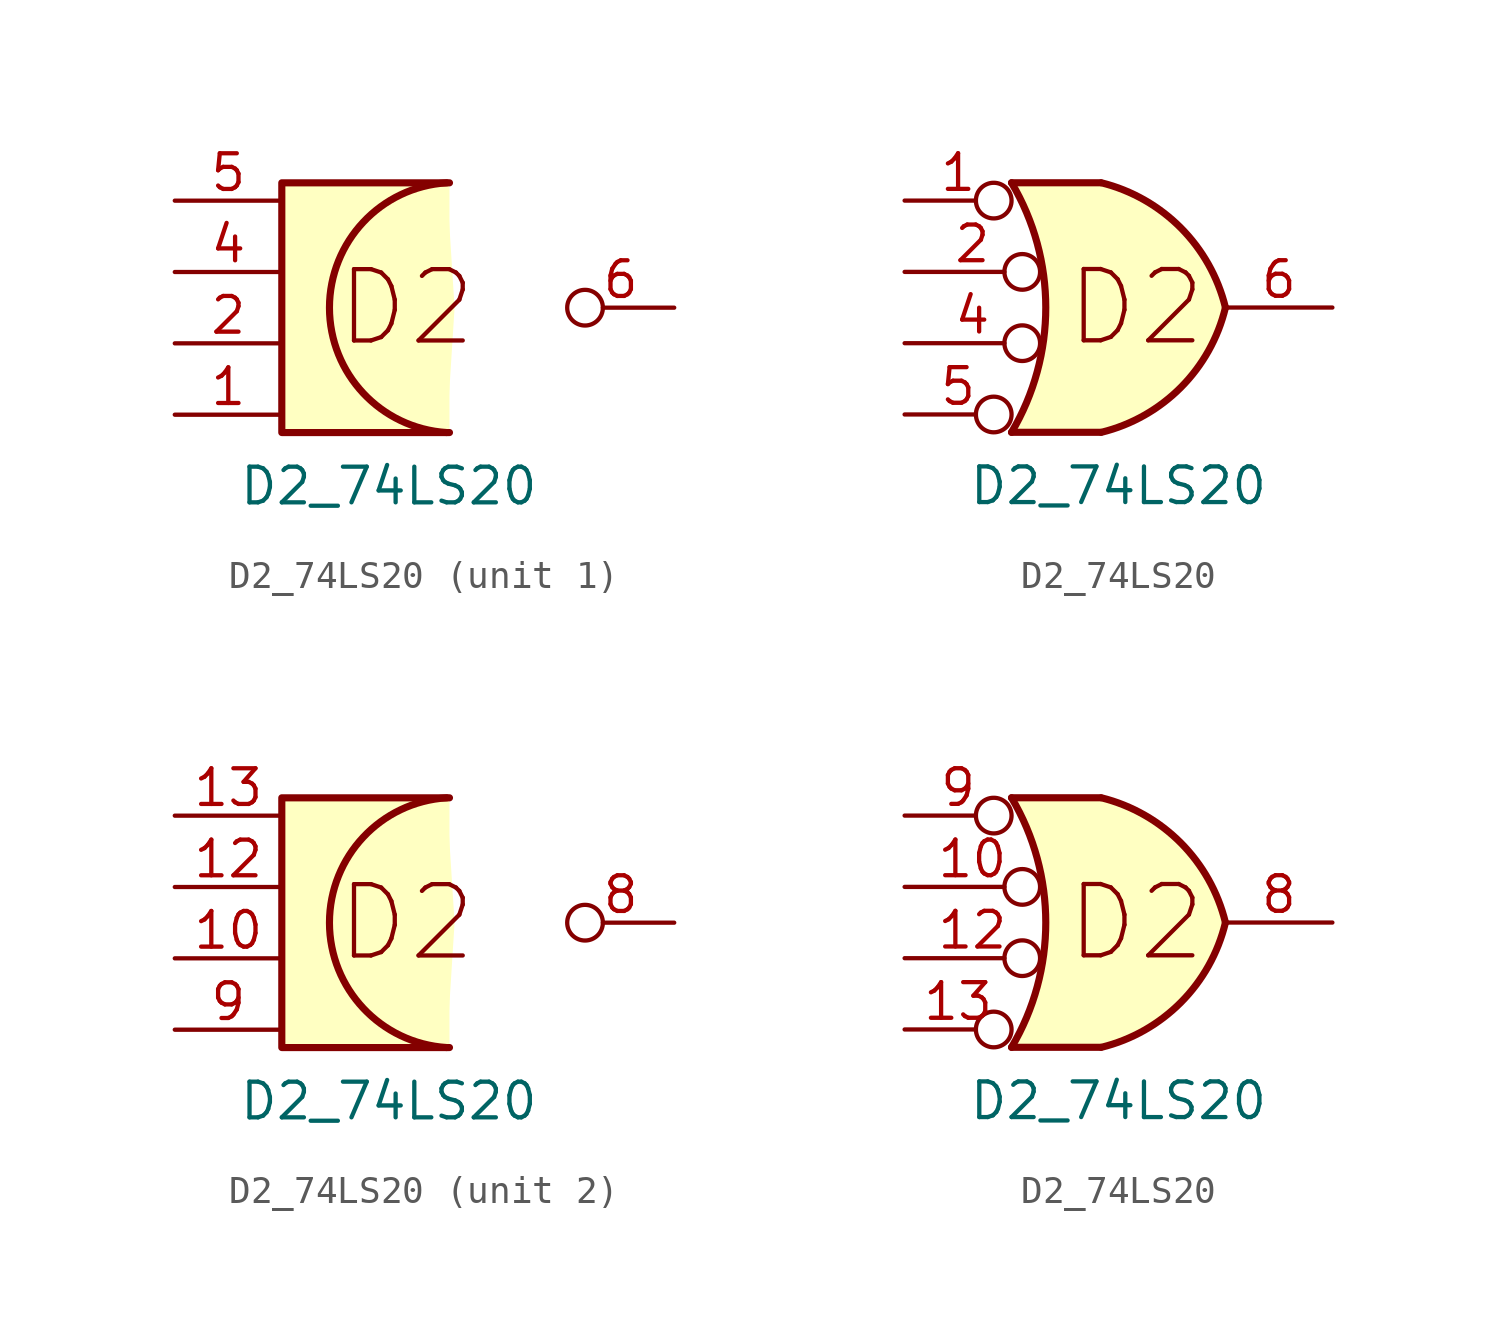
<source format=kicad_sym>
(kicad_symbol_lib
  (version 20211014)
  (generator kicad_symbol_editor)
  (symbol "D2_74LS20"
    (pin_names
      (offset 1.016))
    (property "Reference" "U"
      (at -16.51 12.7 0)
      (effects (font (size 1.27 1.27)) hide))
    (property "Value" "D2_74LS20"
      (at 0 -6.35 0)
      (effects (font (size 1.27 1.27))))
    (symbol "D2_74LS20_0_0"
      (text "D2" (at 0.635 0 0) (effects (font (size 2.54 2.54)))))
    (symbol "D2_74LS20_0_1"
      (polyline (pts (xy 2.159 4.445) (xy -3.81 4.445) (xy -3.81 -4.445) (xy 2.159 -4.445)) (stroke (width 0.254) (type default) (color 0 0 0 0)) (fill (type background)))
      (arc (start 2.0594 4.445) (mid -2.6759 0) (end 2.0594 -4.445) (stroke (width 0.254) (type default) (color 0 0 0 0)) (fill (type background))))
    (symbol "D2_74LS20_1_1"
      (pin input line (at -7.62 -3.81 0) (length 3.81) (name "~" (effects (font (size 1.27 1.27)))) (number "1" (effects (font (size 1.27 1.27)))))
      (pin input line (at -7.62 -1.27 0) (length 3.81) (name "~" (effects (font (size 1.27 1.27)))) (number "2" (effects (font (size 1.27 1.27)))))
      (pin input line (at -7.62 1.27 0) (length 3.81) (name "~" (effects (font (size 1.27 1.27)))) (number "4" (effects (font (size 1.27 1.27)))))
      (pin input line (at -7.62 3.81 0) (length 3.81) (name "~" (effects (font (size 1.27 1.27)))) (number "5" (effects (font (size 1.27 1.27)))))
      (pin output inverted (at 10.16 0 180) (length 3.81) (name "~" (effects (font (size 1.27 1.27)))) (number "6" (effects (font (size 1.27 1.27))))))
    (symbol "D2_74LS20_1_2"
      (arc (start -3.81 -4.445) (mid -2.5908 0) (end -3.81 4.445) (stroke (width 0.254) (type default) (color 0 0 0 0)) (fill (type none)))
      (arc (start -0.6096 -4.445) (mid 2.2246 -2.8422) (end 3.81 0) (stroke (width 0.254) (type default) (color 0 0 0 0)) (fill (type background)))
      (polyline (pts (xy -3.81 -4.445) (xy -0.635 -4.445)) (stroke (width 0.254) (type default) (color 0 0 0 0)) (fill (type background)))
      (polyline (pts (xy -3.81 4.445) (xy -0.635 4.445)) (stroke (width 0.254) (type default) (color 0 0 0 0)) (fill (type background)))
      (polyline (pts (xy -0.635 4.445) (xy -3.81 4.445) (xy -3.81 4.445) (xy -3.632 4.089) (xy -3.099 2.921) (xy -2.769 1.676) (xy -2.616 0.432) (xy -2.642 -0.864) (xy -2.87 -2.108) (xy -3.251 -3.327) (xy -3.81 -4.445) (xy -3.81 -4.445) (xy -0.635 -4.445)) (stroke (width -25.4) (type default) (color 0 0 0 0)) (fill (type background)))
      (arc (start 3.81 0) (mid 2.2204 2.8379) (end -0.6096 4.445) (stroke (width 0.254) (type default) (color 0 0 0 0)) (fill (type background)))
      (pin input inverted (at -7.62 3.81 0) (length 3.81) (name "~" (effects (font (size 1.27 1.27)))) (number "1" (effects (font (size 1.27 1.27)))))
      (pin input inverted (at -7.62 1.27 0) (length 4.826) (name "~" (effects (font (size 1.27 1.27)))) (number "2" (effects (font (size 1.27 1.27)))))
      (pin input inverted (at -7.62 -1.27 0) (length 4.826) (name "~" (effects (font (size 1.27 1.27)))) (number "4" (effects (font (size 1.27 1.27)))))
      (pin input inverted (at -7.62 -3.81 0) (length 3.81) (name "~" (effects (font (size 1.27 1.27)))) (number "5" (effects (font (size 1.27 1.27)))))
      (pin output line (at 7.62 0 180) (length 3.81) (name "~" (effects (font (size 1.27 1.27)))) (number "6" (effects (font (size 1.27 1.27))))))
    (symbol "D2_74LS20_2_1"
      (pin input line (at -7.62 -1.27 0) (length 3.81) (name "~" (effects (font (size 1.27 1.27)))) (number "10" (effects (font (size 1.27 1.27)))))
      (pin input line (at -7.62 1.27 0) (length 3.81) (name "~" (effects (font (size 1.27 1.27)))) (number "12" (effects (font (size 1.27 1.27)))))
      (pin input line (at -7.62 3.81 0) (length 3.81) (name "~" (effects (font (size 1.27 1.27)))) (number "13" (effects (font (size 1.27 1.27)))))
      (pin output inverted (at 10.16 0 180) (length 3.81) (name "~" (effects (font (size 1.27 1.27)))) (number "8" (effects (font (size 1.27 1.27)))))
      (pin input line (at -7.62 -3.81 0) (length 3.81) (name "~" (effects (font (size 1.27 1.27)))) (number "9" (effects (font (size 1.27 1.27))))))
    (symbol "D2_74LS20_2_2"
      (arc (start -3.81 -4.445) (mid -2.5908 0) (end -3.81 4.445) (stroke (width 0.254) (type default) (color 0 0 0 0)) (fill (type none)))
      (arc (start -0.6096 -4.445) (mid 2.2246 -2.8422) (end 3.81 0) (stroke (width 0.254) (type default) (color 0 0 0 0)) (fill (type background)))
      (polyline (pts (xy -3.81 -4.445) (xy -0.635 -4.445)) (stroke (width 0.254) (type default) (color 0 0 0 0)) (fill (type background)))
      (polyline (pts (xy -3.81 4.445) (xy -0.635 4.445)) (stroke (width 0.254) (type default) (color 0 0 0 0)) (fill (type background)))
      (polyline (pts (xy -0.635 4.445) (xy -3.81 4.445) (xy -3.81 4.445) (xy -3.632 4.089) (xy -3.099 2.921) (xy -2.769 1.676) (xy -2.616 0.432) (xy -2.642 -0.864) (xy -2.87 -2.108) (xy -3.251 -3.327) (xy -3.81 -4.445) (xy -3.81 -4.445) (xy -0.635 -4.445)) (stroke (width -25.4) (type default) (color 0 0 0 0)) (fill (type background)))
      (arc (start 3.81 0) (mid 2.2204 2.8379) (end -0.6096 4.445) (stroke (width 0.254) (type default) (color 0 0 0 0)) (fill (type background)))
      (pin input inverted (at -7.62 1.27 0) (length 4.826) (name "~" (effects (font (size 1.27 1.27)))) (number "10" (effects (font (size 1.27 1.27)))))
      (pin input inverted (at -7.62 -1.27 0) (length 4.826) (name "~" (effects (font (size 1.27 1.27)))) (number "12" (effects (font (size 1.27 1.27)))))
      (pin input inverted (at -7.62 -3.81 0) (length 3.81) (name "~" (effects (font (size 1.27 1.27)))) (number "13" (effects (font (size 1.27 1.27)))))
      (pin output line (at 7.62 0 180) (length 3.81) (name "~" (effects (font (size 1.27 1.27)))) (number "8" (effects (font (size 1.27 1.27)))))
      (pin input inverted (at -7.62 3.81 0) (length 3.81) (name "~" (effects (font (size 1.27 1.27)))) (number "9" (effects (font (size 1.27 1.27))))))))
</source>
